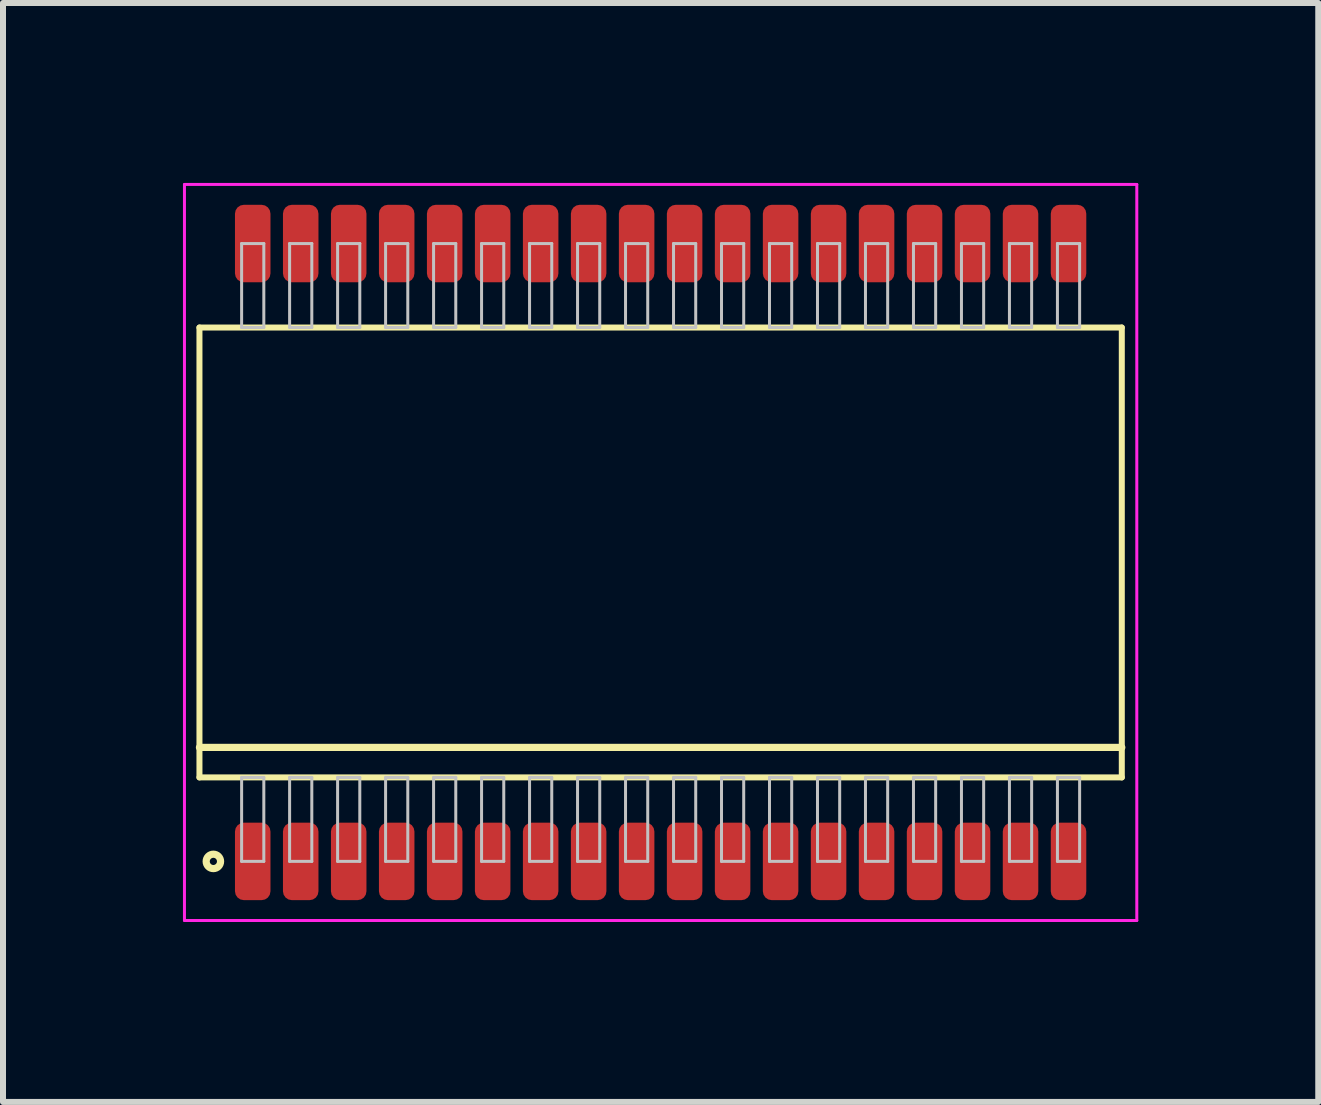
<source format=kicad_pcb>
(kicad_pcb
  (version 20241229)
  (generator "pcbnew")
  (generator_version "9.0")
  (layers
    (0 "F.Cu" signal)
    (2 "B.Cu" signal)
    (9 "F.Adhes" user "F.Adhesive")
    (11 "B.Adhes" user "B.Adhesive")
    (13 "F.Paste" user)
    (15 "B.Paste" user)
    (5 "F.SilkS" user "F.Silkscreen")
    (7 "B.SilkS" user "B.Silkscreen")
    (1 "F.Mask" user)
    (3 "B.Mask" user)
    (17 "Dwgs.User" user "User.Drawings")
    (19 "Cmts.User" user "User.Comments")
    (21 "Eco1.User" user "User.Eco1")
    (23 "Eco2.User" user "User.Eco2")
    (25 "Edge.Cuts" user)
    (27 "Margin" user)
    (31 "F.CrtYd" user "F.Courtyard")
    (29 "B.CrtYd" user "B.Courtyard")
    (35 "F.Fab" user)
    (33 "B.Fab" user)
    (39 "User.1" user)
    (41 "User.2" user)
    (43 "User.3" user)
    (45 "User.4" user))
  (footprint "SOP80P1538x1030-36"
    (layer "F.Cu")
    (at 7.963 6.16)
    (property "Reference" "SOP80P1538x1030-36" (at 0 0 0) (layer "User.1") (effects (font (size 0.8 0.8) (thickness 0.1))))
    (attr through_hole)
    (fp_line (start -7.688 -3.75) (end -7.688 3.75) (stroke (width 0.1) (type solid)) (layer "F.SilkS"))
    (fp_line (start -7.688 3.25) (end 7.688 3.25) (stroke (width 0.12) (type solid)) (layer "F.SilkS"))
    (fp_line (start -7.688 3.75) (end 7.688 3.75) (stroke (width 0.1) (type solid)) (layer "F.SilkS"))
    (fp_line (start 7.688 -3.75) (end -7.688 -3.75) (stroke (width 0.1) (type solid)) (layer "F.SilkS"))
    (fp_line (start 7.688 3.75) (end 7.688 -3.75) (stroke (width 0.1) (type solid)) (layer "F.SilkS"))
    (fp_circle (center -7.456 5.15) (end -7.336 5.15) (stroke (width 0.12) (type solid)) (fill no) (layer "F.SilkS"))
    (fp_line (start -6.985 -5.15) (end -6.985 -3.75) (stroke (width 0.05) (type solid)) (layer "Dwgs.User"))
    (fp_line (start -6.985 -3.75) (end -6.615 -3.75) (stroke (width 0.05) (type solid)) (layer "Dwgs.User"))
    (fp_line (start -6.985 3.75) (end -6.615 3.75) (stroke (width 0.05) (type solid)) (layer "Dwgs.User"))
    (fp_line (start -6.985 5.15) (end -6.985 3.75) (stroke (width 0.05) (type solid)) (layer "Dwgs.User"))
    (fp_line (start -6.615 -5.15) (end -6.985 -5.15) (stroke (width 0.05) (type solid)) (layer "Dwgs.User"))
    (fp_line (start -6.615 -3.75) (end -6.615 -5.15) (stroke (width 0.05) (type solid)) (layer "Dwgs.User"))
    (fp_line (start -6.615 3.75) (end -6.615 5.15) (stroke (width 0.05) (type solid)) (layer "Dwgs.User"))
    (fp_line (start -6.615 5.15) (end -6.985 5.15) (stroke (width 0.05) (type solid)) (layer "Dwgs.User"))
    (fp_line (start -6.185 -5.15) (end -6.185 -3.75) (stroke (width 0.05) (type solid)) (layer "Dwgs.User"))
    (fp_line (start -6.185 -3.75) (end -5.815 -3.75) (stroke (width 0.05) (type solid)) (layer "Dwgs.User"))
    (fp_line (start -6.185 3.75) (end -5.815 3.75) (stroke (width 0.05) (type solid)) (layer "Dwgs.User"))
    (fp_line (start -6.185 5.15) (end -6.185 3.75) (stroke (width 0.05) (type solid)) (layer "Dwgs.User"))
    (fp_line (start -5.815 -5.15) (end -6.185 -5.15) (stroke (width 0.05) (type solid)) (layer "Dwgs.User"))
    (fp_line (start -5.815 -3.75) (end -5.815 -5.15) (stroke (width 0.05) (type solid)) (layer "Dwgs.User"))
    (fp_line (start -5.815 3.75) (end -5.815 5.15) (stroke (width 0.05) (type solid)) (layer "Dwgs.User"))
    (fp_line (start -5.815 5.15) (end -6.185 5.15) (stroke (width 0.05) (type solid)) (layer "Dwgs.User"))
    (fp_line (start -5.385 -5.15) (end -5.385 -3.75) (stroke (width 0.05) (type solid)) (layer "Dwgs.User"))
    (fp_line (start -5.385 -3.75) (end -5.015 -3.75) (stroke (width 0.05) (type solid)) (layer "Dwgs.User"))
    (fp_line (start -5.385 3.75) (end -5.015 3.75) (stroke (width 0.05) (type solid)) (layer "Dwgs.User"))
    (fp_line (start -5.385 5.15) (end -5.385 3.75) (stroke (width 0.05) (type solid)) (layer "Dwgs.User"))
    (fp_line (start -5.015 -5.15) (end -5.385 -5.15) (stroke (width 0.05) (type solid)) (layer "Dwgs.User"))
    (fp_line (start -5.015 -3.75) (end -5.015 -5.15) (stroke (width 0.05) (type solid)) (layer "Dwgs.User"))
    (fp_line (start -5.015 3.75) (end -5.015 5.15) (stroke (width 0.05) (type solid)) (layer "Dwgs.User"))
    (fp_line (start -5.015 5.15) (end -5.385 5.15) (stroke (width 0.05) (type solid)) (layer "Dwgs.User"))
    (fp_line (start -4.585 -5.15) (end -4.585 -3.75) (stroke (width 0.05) (type solid)) (layer "Dwgs.User"))
    (fp_line (start -4.585 -3.75) (end -4.215 -3.75) (stroke (width 0.05) (type solid)) (layer "Dwgs.User"))
    (fp_line (start -4.585 3.75) (end -4.215 3.75) (stroke (width 0.05) (type solid)) (layer "Dwgs.User"))
    (fp_line (start -4.585 5.15) (end -4.585 3.75) (stroke (width 0.05) (type solid)) (layer "Dwgs.User"))
    (fp_line (start -4.215 -5.15) (end -4.585 -5.15) (stroke (width 0.05) (type solid)) (layer "Dwgs.User"))
    (fp_line (start -4.215 -3.75) (end -4.215 -5.15) (stroke (width 0.05) (type solid)) (layer "Dwgs.User"))
    (fp_line (start -4.215 3.75) (end -4.215 5.15) (stroke (width 0.05) (type solid)) (layer "Dwgs.User"))
    (fp_line (start -4.215 5.15) (end -4.585 5.15) (stroke (width 0.05) (type solid)) (layer "Dwgs.User"))
    (fp_line (start -3.785 -5.15) (end -3.785 -3.75) (stroke (width 0.05) (type solid)) (layer "Dwgs.User"))
    (fp_line (start -3.785 -3.75) (end -3.415 -3.75) (stroke (width 0.05) (type solid)) (layer "Dwgs.User"))
    (fp_line (start -3.785 3.75) (end -3.415 3.75) (stroke (width 0.05) (type solid)) (layer "Dwgs.User"))
    (fp_line (start -3.785 5.15) (end -3.785 3.75) (stroke (width 0.05) (type solid)) (layer "Dwgs.User"))
    (fp_line (start -3.415 -5.15) (end -3.785 -5.15) (stroke (width 0.05) (type solid)) (layer "Dwgs.User"))
    (fp_line (start -3.415 -3.75) (end -3.415 -5.15) (stroke (width 0.05) (type solid)) (layer "Dwgs.User"))
    (fp_line (start -3.415 3.75) (end -3.415 5.15) (stroke (width 0.05) (type solid)) (layer "Dwgs.User"))
    (fp_line (start -3.415 5.15) (end -3.785 5.15) (stroke (width 0.05) (type solid)) (layer "Dwgs.User"))
    (fp_line (start -2.985 -5.15) (end -2.985 -3.75) (stroke (width 0.05) (type solid)) (layer "Dwgs.User"))
    (fp_line (start -2.985 -3.75) (end -2.615 -3.75) (stroke (width 0.05) (type solid)) (layer "Dwgs.User"))
    (fp_line (start -2.985 3.75) (end -2.615 3.75) (stroke (width 0.05) (type solid)) (layer "Dwgs.User"))
    (fp_line (start -2.985 5.15) (end -2.985 3.75) (stroke (width 0.05) (type solid)) (layer "Dwgs.User"))
    (fp_line (start -2.615 -5.15) (end -2.985 -5.15) (stroke (width 0.05) (type solid)) (layer "Dwgs.User"))
    (fp_line (start -2.615 -3.75) (end -2.615 -5.15) (stroke (width 0.05) (type solid)) (layer "Dwgs.User"))
    (fp_line (start -2.615 3.75) (end -2.615 5.15) (stroke (width 0.05) (type solid)) (layer "Dwgs.User"))
    (fp_line (start -2.615 5.15) (end -2.985 5.15) (stroke (width 0.05) (type solid)) (layer "Dwgs.User"))
    (fp_line (start -2.185 -5.15) (end -2.185 -3.75) (stroke (width 0.05) (type solid)) (layer "Dwgs.User"))
    (fp_line (start -2.185 -3.75) (end -1.815 -3.75) (stroke (width 0.05) (type solid)) (layer "Dwgs.User"))
    (fp_line (start -2.185 3.75) (end -1.815 3.75) (stroke (width 0.05) (type solid)) (layer "Dwgs.User"))
    (fp_line (start -2.185 5.15) (end -2.185 3.75) (stroke (width 0.05) (type solid)) (layer "Dwgs.User"))
    (fp_line (start -1.815 -5.15) (end -2.185 -5.15) (stroke (width 0.05) (type solid)) (layer "Dwgs.User"))
    (fp_line (start -1.815 -3.75) (end -1.815 -5.15) (stroke (width 0.05) (type solid)) (layer "Dwgs.User"))
    (fp_line (start -1.815 3.75) (end -1.815 5.15) (stroke (width 0.05) (type solid)) (layer "Dwgs.User"))
    (fp_line (start -1.815 5.15) (end -2.185 5.15) (stroke (width 0.05) (type solid)) (layer "Dwgs.User"))
    (fp_line (start -1.385 -5.15) (end -1.385 -3.75) (stroke (width 0.05) (type solid)) (layer "Dwgs.User"))
    (fp_line (start -1.385 -3.75) (end -1.015 -3.75) (stroke (width 0.05) (type solid)) (layer "Dwgs.User"))
    (fp_line (start -1.385 3.75) (end -1.015 3.75) (stroke (width 0.05) (type solid)) (layer "Dwgs.User"))
    (fp_line (start -1.385 5.15) (end -1.385 3.75) (stroke (width 0.05) (type solid)) (layer "Dwgs.User"))
    (fp_line (start -1.015 -5.15) (end -1.385 -5.15) (stroke (width 0.05) (type solid)) (layer "Dwgs.User"))
    (fp_line (start -1.015 -3.75) (end -1.015 -5.15) (stroke (width 0.05) (type solid)) (layer "Dwgs.User"))
    (fp_line (start -1.015 3.75) (end -1.015 5.15) (stroke (width 0.05) (type solid)) (layer "Dwgs.User"))
    (fp_line (start -1.015 5.15) (end -1.385 5.15) (stroke (width 0.05) (type solid)) (layer "Dwgs.User"))
    (fp_line (start -0.585 -5.15) (end -0.585 -3.75) (stroke (width 0.05) (type solid)) (layer "Dwgs.User"))
    (fp_line (start -0.585 -3.75) (end -0.215 -3.75) (stroke (width 0.05) (type solid)) (layer "Dwgs.User"))
    (fp_line (start -0.585 3.75) (end -0.215 3.75) (stroke (width 0.05) (type solid)) (layer "Dwgs.User"))
    (fp_line (start -0.585 5.15) (end -0.585 3.75) (stroke (width 0.05) (type solid)) (layer "Dwgs.User"))
    (fp_line (start -0.215 -5.15) (end -0.585 -5.15) (stroke (width 0.05) (type solid)) (layer "Dwgs.User"))
    (fp_line (start -0.215 -3.75) (end -0.215 -5.15) (stroke (width 0.05) (type solid)) (layer "Dwgs.User"))
    (fp_line (start -0.215 3.75) (end -0.215 5.15) (stroke (width 0.05) (type solid)) (layer "Dwgs.User"))
    (fp_line (start -0.215 5.15) (end -0.585 5.15) (stroke (width 0.05) (type solid)) (layer "Dwgs.User"))
    (fp_line (start 0.215 -5.15) (end 0.215 -3.75) (stroke (width 0.05) (type solid)) (layer "Dwgs.User"))
    (fp_line (start 0.215 -3.75) (end 0.585 -3.75) (stroke (width 0.05) (type solid)) (layer "Dwgs.User"))
    (fp_line (start 0.215 3.75) (end 0.585 3.75) (stroke (width 0.05) (type solid)) (layer "Dwgs.User"))
    (fp_line (start 0.215 5.15) (end 0.215 3.75) (stroke (width 0.05) (type solid)) (layer "Dwgs.User"))
    (fp_line (start 0.585 -5.15) (end 0.215 -5.15) (stroke (width 0.05) (type solid)) (layer "Dwgs.User"))
    (fp_line (start 0.585 -3.75) (end 0.585 -5.15) (stroke (width 0.05) (type solid)) (layer "Dwgs.User"))
    (fp_line (start 0.585 3.75) (end 0.585 5.15) (stroke (width 0.05) (type solid)) (layer "Dwgs.User"))
    (fp_line (start 0.585 5.15) (end 0.215 5.15) (stroke (width 0.05) (type solid)) (layer "Dwgs.User"))
    (fp_line (start 1.015 -5.15) (end 1.015 -3.75) (stroke (width 0.05) (type solid)) (layer "Dwgs.User"))
    (fp_line (start 1.015 -3.75) (end 1.385 -3.75) (stroke (width 0.05) (type solid)) (layer "Dwgs.User"))
    (fp_line (start 1.015 3.75) (end 1.385 3.75) (stroke (width 0.05) (type solid)) (layer "Dwgs.User"))
    (fp_line (start 1.015 5.15) (end 1.015 3.75) (stroke (width 0.05) (type solid)) (layer "Dwgs.User"))
    (fp_line (start 1.385 -5.15) (end 1.015 -5.15) (stroke (width 0.05) (type solid)) (layer "Dwgs.User"))
    (fp_line (start 1.385 -3.75) (end 1.385 -5.15) (stroke (width 0.05) (type solid)) (layer "Dwgs.User"))
    (fp_line (start 1.385 3.75) (end 1.385 5.15) (stroke (width 0.05) (type solid)) (layer "Dwgs.User"))
    (fp_line (start 1.385 5.15) (end 1.015 5.15) (stroke (width 0.05) (type solid)) (layer "Dwgs.User"))
    (fp_line (start 1.815 -5.15) (end 1.815 -3.75) (stroke (width 0.05) (type solid)) (layer "Dwgs.User"))
    (fp_line (start 1.815 -3.75) (end 2.185 -3.75) (stroke (width 0.05) (type solid)) (layer "Dwgs.User"))
    (fp_line (start 1.815 3.75) (end 2.185 3.75) (stroke (width 0.05) (type solid)) (layer "Dwgs.User"))
    (fp_line (start 1.815 5.15) (end 1.815 3.75) (stroke (width 0.05) (type solid)) (layer "Dwgs.User"))
    (fp_line (start 2.185 -5.15) (end 1.815 -5.15) (stroke (width 0.05) (type solid)) (layer "Dwgs.User"))
    (fp_line (start 2.185 -3.75) (end 2.185 -5.15) (stroke (width 0.05) (type solid)) (layer "Dwgs.User"))
    (fp_line (start 2.185 3.75) (end 2.185 5.15) (stroke (width 0.05) (type solid)) (layer "Dwgs.User"))
    (fp_line (start 2.185 5.15) (end 1.815 5.15) (stroke (width 0.05) (type solid)) (layer "Dwgs.User"))
    (fp_line (start 2.615 -5.15) (end 2.615 -3.75) (stroke (width 0.05) (type solid)) (layer "Dwgs.User"))
    (fp_line (start 2.615 -3.75) (end 2.985 -3.75) (stroke (width 0.05) (type solid)) (layer "Dwgs.User"))
    (fp_line (start 2.615 3.75) (end 2.985 3.75) (stroke (width 0.05) (type solid)) (layer "Dwgs.User"))
    (fp_line (start 2.615 5.15) (end 2.615 3.75) (stroke (width 0.05) (type solid)) (layer "Dwgs.User"))
    (fp_line (start 2.985 -5.15) (end 2.615 -5.15) (stroke (width 0.05) (type solid)) (layer "Dwgs.User"))
    (fp_line (start 2.985 -3.75) (end 2.985 -5.15) (stroke (width 0.05) (type solid)) (layer "Dwgs.User"))
    (fp_line (start 2.985 3.75) (end 2.985 5.15) (stroke (width 0.05) (type solid)) (layer "Dwgs.User"))
    (fp_line (start 2.985 5.15) (end 2.615 5.15) (stroke (width 0.05) (type solid)) (layer "Dwgs.User"))
    (fp_line (start 3.415 -5.15) (end 3.415 -3.75) (stroke (width 0.05) (type solid)) (layer "Dwgs.User"))
    (fp_line (start 3.415 -3.75) (end 3.785 -3.75) (stroke (width 0.05) (type solid)) (layer "Dwgs.User"))
    (fp_line (start 3.415 3.75) (end 3.785 3.75) (stroke (width 0.05) (type solid)) (layer "Dwgs.User"))
    (fp_line (start 3.415 5.15) (end 3.415 3.75) (stroke (width 0.05) (type solid)) (layer "Dwgs.User"))
    (fp_line (start 3.785 -5.15) (end 3.415 -5.15) (stroke (width 0.05) (type solid)) (layer "Dwgs.User"))
    (fp_line (start 3.785 -3.75) (end 3.785 -5.15) (stroke (width 0.05) (type solid)) (layer "Dwgs.User"))
    (fp_line (start 3.785 3.75) (end 3.785 5.15) (stroke (width 0.05) (type solid)) (layer "Dwgs.User"))
    (fp_line (start 3.785 5.15) (end 3.415 5.15) (stroke (width 0.05) (type solid)) (layer "Dwgs.User"))
    (fp_line (start 4.215 -5.15) (end 4.215 -3.75) (stroke (width 0.05) (type solid)) (layer "Dwgs.User"))
    (fp_line (start 4.215 -3.75) (end 4.585 -3.75) (stroke (width 0.05) (type solid)) (layer "Dwgs.User"))
    (fp_line (start 4.215 3.75) (end 4.585 3.75) (stroke (width 0.05) (type solid)) (layer "Dwgs.User"))
    (fp_line (start 4.215 5.15) (end 4.215 3.75) (stroke (width 0.05) (type solid)) (layer "Dwgs.User"))
    (fp_line (start 4.585 -5.15) (end 4.215 -5.15) (stroke (width 0.05) (type solid)) (layer "Dwgs.User"))
    (fp_line (start 4.585 -3.75) (end 4.585 -5.15) (stroke (width 0.05) (type solid)) (layer "Dwgs.User"))
    (fp_line (start 4.585 3.75) (end 4.585 5.15) (stroke (width 0.05) (type solid)) (layer "Dwgs.User"))
    (fp_line (start 4.585 5.15) (end 4.215 5.15) (stroke (width 0.05) (type solid)) (layer "Dwgs.User"))
    (fp_line (start 5.015 -5.15) (end 5.015 -3.75) (stroke (width 0.05) (type solid)) (layer "Dwgs.User"))
    (fp_line (start 5.015 -3.75) (end 5.385 -3.75) (stroke (width 0.05) (type solid)) (layer "Dwgs.User"))
    (fp_line (start 5.015 3.75) (end 5.385 3.75) (stroke (width 0.05) (type solid)) (layer "Dwgs.User"))
    (fp_line (start 5.015 5.15) (end 5.015 3.75) (stroke (width 0.05) (type solid)) (layer "Dwgs.User"))
    (fp_line (start 5.385 -5.15) (end 5.015 -5.15) (stroke (width 0.05) (type solid)) (layer "Dwgs.User"))
    (fp_line (start 5.385 -3.75) (end 5.385 -5.15) (stroke (width 0.05) (type solid)) (layer "Dwgs.User"))
    (fp_line (start 5.385 3.75) (end 5.385 5.15) (stroke (width 0.05) (type solid)) (layer "Dwgs.User"))
    (fp_line (start 5.385 5.15) (end 5.015 5.15) (stroke (width 0.05) (type solid)) (layer "Dwgs.User"))
    (fp_line (start 5.815 -5.15) (end 5.815 -3.75) (stroke (width 0.05) (type solid)) (layer "Dwgs.User"))
    (fp_line (start 5.815 -3.75) (end 6.185 -3.75) (stroke (width 0.05) (type solid)) (layer "Dwgs.User"))
    (fp_line (start 5.815 3.75) (end 6.185 3.75) (stroke (width 0.05) (type solid)) (layer "Dwgs.User"))
    (fp_line (start 5.815 5.15) (end 5.815 3.75) (stroke (width 0.05) (type solid)) (layer "Dwgs.User"))
    (fp_line (start 6.185 -5.15) (end 5.815 -5.15) (stroke (width 0.05) (type solid)) (layer "Dwgs.User"))
    (fp_line (start 6.185 -3.75) (end 6.185 -5.15) (stroke (width 0.05) (type solid)) (layer "Dwgs.User"))
    (fp_line (start 6.185 3.75) (end 6.185 5.15) (stroke (width 0.05) (type solid)) (layer "Dwgs.User"))
    (fp_line (start 6.185 5.15) (end 5.815 5.15) (stroke (width 0.05) (type solid)) (layer "Dwgs.User"))
    (fp_line (start 6.615 -5.15) (end 6.615 -3.75) (stroke (width 0.05) (type solid)) (layer "Dwgs.User"))
    (fp_line (start 6.615 -3.75) (end 6.985 -3.75) (stroke (width 0.05) (type solid)) (layer "Dwgs.User"))
    (fp_line (start 6.615 3.75) (end 6.985 3.75) (stroke (width 0.05) (type solid)) (layer "Dwgs.User"))
    (fp_line (start 6.615 5.15) (end 6.615 3.75) (stroke (width 0.05) (type solid)) (layer "Dwgs.User"))
    (fp_line (start 6.985 -5.15) (end 6.615 -5.15) (stroke (width 0.05) (type solid)) (layer "Dwgs.User"))
    (fp_line (start 6.985 -3.75) (end 6.985 -5.15) (stroke (width 0.05) (type solid)) (layer "Dwgs.User"))
    (fp_line (start 6.985 3.75) (end 6.985 5.15) (stroke (width 0.05) (type solid)) (layer "Dwgs.User"))
    (fp_line (start 6.985 5.15) (end 6.615 5.15) (stroke (width 0.05) (type solid)) (layer "Dwgs.User"))
    (fp_line (start -7.938 -6.135) (end -7.938 6.135) (stroke (width 0.05) (type solid)) (layer "F.CrtYd"))
    (fp_line (start -7.938 6.135) (end 7.938 6.135) (stroke (width 0.05) (type solid)) (layer "F.CrtYd"))
    (fp_line (start 7.938 -6.135) (end -7.938 -6.135) (stroke (width 0.05) (type solid)) (layer "F.CrtYd"))
    (fp_line (start 7.938 6.135) (end 7.938 -6.135) (stroke (width 0.05) (type solid)) (layer "F.CrtYd"))
    (pad "1" smd roundrect (at -6.8 5.15) (size 0.592 1.292) (layers "F.Cu" "F.Mask" "F.Paste") (roundrect_rratio 0.25))
    (pad "2" smd roundrect (at -6 5.15) (size 0.592 1.292) (layers "F.Cu" "F.Mask" "F.Paste") (roundrect_rratio 0.25))
    (pad "3" smd roundrect (at -5.2 5.15) (size 0.592 1.292) (layers "F.Cu" "F.Mask" "F.Paste") (roundrect_rratio 0.25))
    (pad "4" smd roundrect (at -4.4 5.15) (size 0.592 1.292) (layers "F.Cu" "F.Mask" "F.Paste") (roundrect_rratio 0.25))
    (pad "5" smd roundrect (at -3.6 5.15) (size 0.592 1.292) (layers "F.Cu" "F.Mask" "F.Paste") (roundrect_rratio 0.25))
    (pad "6" smd roundrect (at -2.8 5.15) (size 0.592 1.292) (layers "F.Cu" "F.Mask" "F.Paste") (roundrect_rratio 0.25))
    (pad "7" smd roundrect (at -2 5.15) (size 0.592 1.292) (layers "F.Cu" "F.Mask" "F.Paste") (roundrect_rratio 0.25))
    (pad "8" smd roundrect (at -1.2 5.15) (size 0.592 1.292) (layers "F.Cu" "F.Mask" "F.Paste") (roundrect_rratio 0.25))
    (pad "9" smd roundrect (at -0.4 5.15) (size 0.592 1.292) (layers "F.Cu" "F.Mask" "F.Paste") (roundrect_rratio 0.25))
    (pad "10" smd roundrect (at 0.4 5.15) (size 0.592 1.292) (layers "F.Cu" "F.Mask" "F.Paste") (roundrect_rratio 0.25))
    (pad "11" smd roundrect (at 1.2 5.15) (size 0.592 1.292) (layers "F.Cu" "F.Mask" "F.Paste") (roundrect_rratio 0.25))
    (pad "12" smd roundrect (at 2 5.15) (size 0.592 1.292) (layers "F.Cu" "F.Mask" "F.Paste") (roundrect_rratio 0.25))
    (pad "13" smd roundrect (at 2.8 5.15) (size 0.592 1.292) (layers "F.Cu" "F.Mask" "F.Paste") (roundrect_rratio 0.25))
    (pad "14" smd roundrect (at 3.6 5.15) (size 0.592 1.292) (layers "F.Cu" "F.Mask" "F.Paste") (roundrect_rratio 0.25))
    (pad "15" smd roundrect (at 4.4 5.15) (size 0.592 1.292) (layers "F.Cu" "F.Mask" "F.Paste") (roundrect_rratio 0.25))
    (pad "16" smd roundrect (at 5.2 5.15) (size 0.592 1.292) (layers "F.Cu" "F.Mask" "F.Paste") (roundrect_rratio 0.25))
    (pad "17" smd roundrect (at 6 5.15) (size 0.592 1.292) (layers "F.Cu" "F.Mask" "F.Paste") (roundrect_rratio 0.25))
    (pad "18" smd roundrect (at 6.8 5.15) (size 0.592 1.292) (layers "F.Cu" "F.Mask" "F.Paste") (roundrect_rratio 0.25))
    (pad "19" smd roundrect (at 6.8 -5.15) (size 0.592 1.292) (layers "F.Cu" "F.Mask" "F.Paste") (roundrect_rratio 0.25))
    (pad "20" smd roundrect (at 6 -5.15) (size 0.592 1.292) (layers "F.Cu" "F.Mask" "F.Paste") (roundrect_rratio 0.25))
    (pad "21" smd roundrect (at 5.2 -5.15) (size 0.592 1.292) (layers "F.Cu" "F.Mask" "F.Paste") (roundrect_rratio 0.25))
    (pad "22" smd roundrect (at 4.4 -5.15) (size 0.592 1.292) (layers "F.Cu" "F.Mask" "F.Paste") (roundrect_rratio 0.25))
    (pad "23" smd roundrect (at 3.6 -5.15) (size 0.592 1.292) (layers "F.Cu" "F.Mask" "F.Paste") (roundrect_rratio 0.25))
    (pad "24" smd roundrect (at 2.8 -5.15) (size 0.592 1.292) (layers "F.Cu" "F.Mask" "F.Paste") (roundrect_rratio 0.25))
    (pad "25" smd roundrect (at 2 -5.15) (size 0.592 1.292) (layers "F.Cu" "F.Mask" "F.Paste") (roundrect_rratio 0.25))
    (pad "26" smd roundrect (at 1.2 -5.15) (size 0.592 1.292) (layers "F.Cu" "F.Mask" "F.Paste") (roundrect_rratio 0.25))
    (pad "27" smd roundrect (at 0.4 -5.15) (size 0.592 1.292) (layers "F.Cu" "F.Mask" "F.Paste") (roundrect_rratio 0.25))
    (pad "28" smd roundrect (at -0.4 -5.15) (size 0.592 1.292) (layers "F.Cu" "F.Mask" "F.Paste") (roundrect_rratio 0.25))
    (pad "29" smd roundrect (at -1.2 -5.15) (size 0.592 1.292) (layers "F.Cu" "F.Mask" "F.Paste") (roundrect_rratio 0.25))
    (pad "30" smd roundrect (at -2 -5.15) (size 0.592 1.292) (layers "F.Cu" "F.Mask" "F.Paste") (roundrect_rratio 0.25))
    (pad "31" smd roundrect (at -2.8 -5.15) (size 0.592 1.292) (layers "F.Cu" "F.Mask" "F.Paste") (roundrect_rratio 0.25))
    (pad "32" smd roundrect (at -3.6 -5.15) (size 0.592 1.292) (layers "F.Cu" "F.Mask" "F.Paste") (roundrect_rratio 0.25))
    (pad "33" smd roundrect (at -4.4 -5.15) (size 0.592 1.292) (layers "F.Cu" "F.Mask" "F.Paste") (roundrect_rratio 0.25))
    (pad "34" smd roundrect (at -5.2 -5.15) (size 0.592 1.292) (layers "F.Cu" "F.Mask" "F.Paste") (roundrect_rratio 0.25))
    (pad "35" smd roundrect (at -6 -5.15) (size 0.592 1.292) (layers "F.Cu" "F.Mask" "F.Paste") (roundrect_rratio 0.25))
    (pad "36" smd roundrect (at -6.8 -5.15) (size 0.592 1.292) (layers "F.Cu" "F.Mask" "F.Paste") (roundrect_rratio 0.25)))
  (gr_rect
    (start -3 -3)
    (end 18.926 15.32)
    (stroke (width 0.1) (type default))
    (fill no)
    (layer "Edge.Cuts")))
</source>
